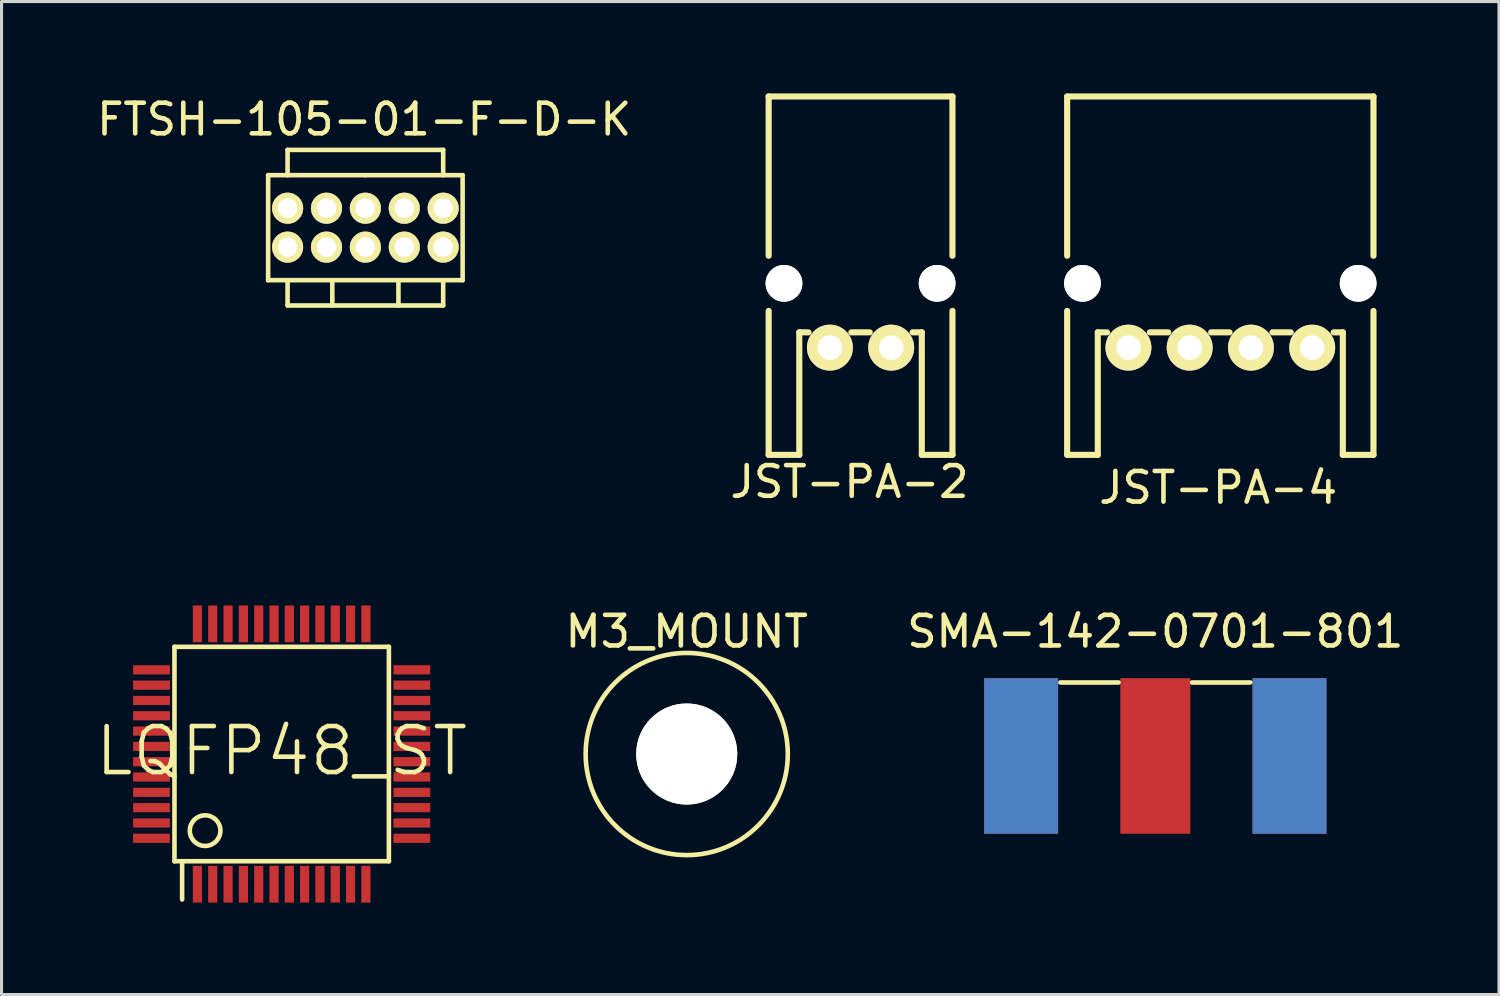
<source format=kicad_pcb>
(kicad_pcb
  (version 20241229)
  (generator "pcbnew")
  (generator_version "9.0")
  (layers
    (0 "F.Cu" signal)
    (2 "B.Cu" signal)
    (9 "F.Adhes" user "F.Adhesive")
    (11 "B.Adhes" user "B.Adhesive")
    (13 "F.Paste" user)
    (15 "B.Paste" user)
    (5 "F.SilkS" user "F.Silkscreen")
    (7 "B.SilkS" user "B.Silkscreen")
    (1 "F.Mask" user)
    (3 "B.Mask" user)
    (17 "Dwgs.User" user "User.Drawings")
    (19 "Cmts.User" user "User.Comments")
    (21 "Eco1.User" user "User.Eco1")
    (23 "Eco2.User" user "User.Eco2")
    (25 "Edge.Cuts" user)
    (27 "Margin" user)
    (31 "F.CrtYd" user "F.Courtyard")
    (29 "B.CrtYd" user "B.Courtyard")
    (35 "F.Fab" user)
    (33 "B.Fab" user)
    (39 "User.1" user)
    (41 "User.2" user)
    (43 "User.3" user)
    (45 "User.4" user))
  (footprint "FTSH-105-01-F-D-K"
    (layer "F.Cu")
    (at 6.339 3.748)
    (property "Reference" "FTSH-105-01-F-D-K" (at 2.5 -2.9 0) (layer "F.SilkS") (effects (font (size 1 1) (thickness 0.15))))
    (attr through_hole)
    (fp_line (start -0.635 -1.079) (end 2.54 -1.079) (stroke (width 0.15) (type solid)) (layer "F.SilkS"))
    (fp_line (start -0.635 2.349) (end -0.635 -1.079) (stroke (width 0.15) (type solid)) (layer "F.SilkS"))
    (fp_line (start 0 -1.905) (end 5.08 -1.905) (stroke (width 0.15) (type solid)) (layer "F.SilkS"))
    (fp_line (start 0 -1.079) (end 0 -1.905) (stroke (width 0.15) (type solid)) (layer "F.SilkS"))
    (fp_line (start 0 2.349) (end 0 3.175) (stroke (width 0.15) (type solid)) (layer "F.SilkS"))
    (fp_line (start 0 3.175) (end 5.08 3.175) (stroke (width 0.15) (type solid)) (layer "F.SilkS"))
    (fp_line (start 1.46 3.175) (end 1.46 2.349) (stroke (width 0.15) (type solid)) (layer "F.SilkS"))
    (fp_line (start 2.54 -1.079) (end 5.715 -1.079) (stroke (width 0.15) (type solid)) (layer "F.SilkS"))
    (fp_line (start 3.619 3.175) (end 3.619 2.349) (stroke (width 0.15) (type solid)) (layer "F.SilkS"))
    (fp_line (start 5.08 -1.905) (end 5.08 -1.079) (stroke (width 0.15) (type solid)) (layer "F.SilkS"))
    (fp_line (start 5.08 2.349) (end 5.08 3.175) (stroke (width 0.15) (type solid)) (layer "F.SilkS"))
    (fp_line (start 5.715 -1.079) (end 5.715 2.349) (stroke (width 0.15) (type solid)) (layer "F.SilkS"))
    (fp_line (start 5.715 2.349) (end -0.635 2.349) (stroke (width 0.15) (type solid)) (layer "F.SilkS"))
    (pad "1" thru_hole circle (at 0 1.27) (size 1.016 1.016) (drill 0.635) (layers "*.Cu" "*.Mask" "F.SilkS"))
    (pad "2" thru_hole circle (at 0 0) (size 1.016 1.016) (drill 0.635) (layers "*.Cu" "*.Mask" "F.SilkS"))
    (pad "3" thru_hole circle (at 1.27 1.27) (size 1.016 1.016) (drill 0.635) (layers "*.Cu" "*.Mask" "F.SilkS"))
    (pad "4" thru_hole circle (at 1.27 0) (size 1.016 1.016) (drill 0.635) (layers "*.Cu" "*.Mask" "F.SilkS"))
    (pad "5" thru_hole circle (at 2.54 1.27) (size 1.016 1.016) (drill 0.635) (layers "*.Cu" "*.Mask" "F.SilkS"))
    (pad "6" thru_hole circle (at 2.54 0) (size 1.016 1.016) (drill 0.635) (layers "*.Cu" "*.Mask" "F.SilkS"))
    (pad "7" thru_hole circle (at 3.81 1.27) (size 1.016 1.016) (drill 0.635) (layers "*.Cu" "*.Mask" "F.SilkS"))
    (pad "8" thru_hole circle (at 3.81 0) (size 1.016 1.016) (drill 0.635) (layers "*.Cu" "*.Mask" "F.SilkS"))
    (pad "9" thru_hole circle (at 5.08 1.27) (size 1.016 1.016) (drill 0.635) (layers "*.Cu" "*.Mask" "F.SilkS"))
    (pad "10" thru_hole circle (at 5.08 0) (size 1.016 1.016) (drill 0.635) (layers "*.Cu" "*.Mask" "F.SilkS")))
  (footprint "JST-PA-2"
    (layer "F.Cu")
    (at 24.045 8.3)
    (property "Reference" "JST-PA-2" (at 0.64 4.38 0) (layer "F.SilkS") (effects (font (size 1 1) (thickness 0.15))))
    (attr through_hole)
    (fp_line (start -2 -8.2) (end -2 -3) (stroke (width 0.2) (type solid)) (layer "F.SilkS"))
    (fp_line (start -2 -1.2) (end -2 3.5) (stroke (width 0.2) (type solid)) (layer "F.SilkS"))
    (fp_line (start -2 3.5) (end -1 3.5) (stroke (width 0.2) (type solid)) (layer "F.SilkS"))
    (fp_line (start -1 -0.5) (end -0.7 -0.5) (stroke (width 0.2) (type solid)) (layer "F.SilkS"))
    (fp_line (start -1 3.5) (end -1 -0.5) (stroke (width 0.2) (type solid)) (layer "F.SilkS"))
    (fp_line (start 0.7 -0.5) (end 1.3 -0.5) (stroke (width 0.2) (type solid)) (layer "F.SilkS"))
    (fp_line (start 3 -0.5) (end 2.7 -0.5) (stroke (width 0.2) (type solid)) (layer "F.SilkS"))
    (fp_line (start 3 3.5) (end 3 -0.5) (stroke (width 0.2) (type solid)) (layer "F.SilkS"))
    (fp_line (start 4 -8.2) (end -2 -8.2) (stroke (width 0.2) (type solid)) (layer "F.SilkS"))
    (fp_line (start 4 -3) (end 4 -8.2) (stroke (width 0.2) (type solid)) (layer "F.SilkS"))
    (fp_line (start 4 3.5) (end 3 3.5) (stroke (width 0.2) (type solid)) (layer "F.SilkS"))
    (fp_line (start 4 3.5) (end 4 -1.2) (stroke (width 0.2) (type solid)) (layer "F.SilkS"))
    (pad "" np_thru_hole circle (at -1.5 -2.1) (size 1.2 1.2) (drill 1.2) (layers "*.Cu" "*.Mask" "F.SilkS"))
    (pad "" np_thru_hole circle (at 3.5 -2.1) (size 1.2 1.2) (drill 1.2) (layers "*.Cu" "*.Mask" "F.SilkS"))
    (pad "1" thru_hole circle (at 0 0) (size 1.5 1.5) (drill 0.8) (layers "*.Cu" "*.Mask" "F.SilkS"))
    (pad "2" thru_hole circle (at 2 0) (size 1.5 1.5) (drill 0.8) (layers "*.Cu" "*.Mask" "F.SilkS")))
  (footprint "JST-PA-4"
    (layer "F.Cu")
    (at 33.79 8.3)
    (property "Reference" "JST-PA-4" (at 2.93 4.57 0) (layer "F.SilkS") (effects (font (size 1 1) (thickness 0.15))))
    (attr through_hole)
    (fp_line (start -2 -8.2) (end -2 -3) (stroke (width 0.2) (type solid)) (layer "F.SilkS"))
    (fp_line (start -2 -1.2) (end -2 3.5) (stroke (width 0.2) (type solid)) (layer "F.SilkS"))
    (fp_line (start -2 3.5) (end -1 3.5) (stroke (width 0.2) (type solid)) (layer "F.SilkS"))
    (fp_line (start -1 -0.5) (end -0.7 -0.5) (stroke (width 0.2) (type solid)) (layer "F.SilkS"))
    (fp_line (start -1 3.5) (end -1 -0.5) (stroke (width 0.2) (type solid)) (layer "F.SilkS"))
    (fp_line (start 1.3 -0.5) (end 0.7 -0.5) (stroke (width 0.2) (type solid)) (layer "F.SilkS"))
    (fp_line (start 3.3 -0.5) (end 2.7 -0.5) (stroke (width 0.2) (type solid)) (layer "F.SilkS"))
    (fp_line (start 5.3 -0.5) (end 4.7 -0.5) (stroke (width 0.2) (type solid)) (layer "F.SilkS"))
    (fp_line (start 7 -0.5) (end 6.7 -0.5) (stroke (width 0.2) (type solid)) (layer "F.SilkS"))
    (fp_line (start 7 3.5) (end 7 -0.5) (stroke (width 0.2) (type solid)) (layer "F.SilkS"))
    (fp_line (start 8 -8.2) (end -2 -8.2) (stroke (width 0.2) (type solid)) (layer "F.SilkS"))
    (fp_line (start 8 -3) (end 8 -8.2) (stroke (width 0.2) (type solid)) (layer "F.SilkS"))
    (fp_line (start 8 3.5) (end 7 3.5) (stroke (width 0.2) (type solid)) (layer "F.SilkS"))
    (fp_line (start 8 3.5) (end 8 -1.2) (stroke (width 0.2) (type solid)) (layer "F.SilkS"))
    (pad "" np_thru_hole circle (at -1.5 -2.1) (size 1.2 1.2) (drill 1.2) (layers "*.Cu" "*.Mask" "F.SilkS"))
    (pad "" np_thru_hole circle (at 7.5 -2.1) (size 1.2 1.2) (drill 1.2) (layers "*.Cu" "*.Mask" "F.SilkS"))
    (pad "1" thru_hole circle (at 0 0) (size 1.5 1.5) (drill 0.8) (layers "*.Cu" "*.Mask" "F.SilkS"))
    (pad "2" thru_hole circle (at 2 0) (size 1.5 1.5) (drill 0.8) (layers "*.Cu" "*.Mask" "F.SilkS"))
    (pad "3" thru_hole circle (at 4 0) (size 1.5 1.5) (drill 0.8) (layers "*.Cu" "*.Mask" "F.SilkS"))
    (pad "4" thru_hole circle (at 6 0) (size 1.5 1.5) (drill 0.8) (layers "*.Cu" "*.Mask" "F.SilkS")))
  (footprint "LQFP48_ST"
    (layer "F.Cu")
    (at 6.146 21.568)
    (property "Reference" "LQFP48_ST" (at 0 -0.1 0) (layer "F.SilkS") (effects (font (size 1.5 1.5) (thickness 0.15))))
    (attr through_hole)
    (fp_line (start -3.5 -3.5) (end 3.5 -3.5) (stroke (width 0.15) (type solid)) (layer "F.SilkS"))
    (fp_line (start -3.5 3.5) (end -3.5 -3.5) (stroke (width 0.15) (type solid)) (layer "F.SilkS"))
    (fp_line (start -3.25 3.5) (end -3.25 4.75) (stroke (width 0.15) (type solid)) (layer "F.SilkS"))
    (fp_line (start 3.5 -3.5) (end 3.5 3.5) (stroke (width 0.15) (type solid)) (layer "F.SilkS"))
    (fp_line (start 3.5 3.5) (end -3.5 3.5) (stroke (width 0.15) (type solid)) (layer "F.SilkS"))
    (fp_circle (center -2.5 2.5) (end -2.5 3) (stroke (width 0.15) (type solid)) (fill no) (layer "F.SilkS"))
    (pad "1" smd rect (at -2.75 4.25) (size 0.3 1.2) (layers "F.Cu" "F.Mask" "F.Paste"))
    (pad "2" smd rect (at -2.25 4.25) (size 0.3 1.2) (layers "F.Cu" "F.Mask" "F.Paste"))
    (pad "3" smd rect (at -1.75 4.25) (size 0.3 1.2) (layers "F.Cu" "F.Mask" "F.Paste"))
    (pad "4" smd rect (at -1.25 4.25) (size 0.3 1.2) (layers "F.Cu" "F.Mask" "F.Paste"))
    (pad "5" smd rect (at -0.75 4.25) (size 0.3 1.2) (layers "F.Cu" "F.Mask" "F.Paste"))
    (pad "6" smd rect (at -0.25 4.25) (size 0.3 1.2) (layers "F.Cu" "F.Mask" "F.Paste"))
    (pad "7" smd rect (at 0.25 4.25) (size 0.3 1.2) (layers "F.Cu" "F.Mask" "F.Paste"))
    (pad "8" smd rect (at 0.75 4.25) (size 0.3 1.2) (layers "F.Cu" "F.Mask" "F.Paste"))
    (pad "9" smd rect (at 1.25 4.25) (size 0.3 1.2) (layers "F.Cu" "F.Mask" "F.Paste"))
    (pad "10" smd rect (at 1.75 4.25) (size 0.3 1.2) (layers "F.Cu" "F.Mask" "F.Paste"))
    (pad "11" smd rect (at 2.25 4.25) (size 0.3 1.2) (layers "F.Cu" "F.Mask" "F.Paste"))
    (pad "12" smd rect (at 2.75 4.25) (size 0.3 1.2) (layers "F.Cu" "F.Mask" "F.Paste"))
    (pad "13" smd rect (at 4.25 2.75) (size 1.2 0.3) (layers "F.Cu" "F.Mask" "F.Paste"))
    (pad "14" smd rect (at 4.25 2.25) (size 1.2 0.3) (layers "F.Cu" "F.Mask" "F.Paste"))
    (pad "15" smd rect (at 4.25 1.75) (size 1.2 0.3) (layers "F.Cu" "F.Mask" "F.Paste"))
    (pad "16" smd rect (at 4.25 1.25) (size 1.2 0.3) (layers "F.Cu" "F.Mask" "F.Paste"))
    (pad "17" smd rect (at 4.25 0.75) (size 1.2 0.3) (layers "F.Cu" "F.Mask" "F.Paste"))
    (pad "18" smd rect (at 4.25 0.25) (size 1.2 0.3) (layers "F.Cu" "F.Mask" "F.Paste"))
    (pad "19" smd rect (at 4.25 -0.25) (size 1.2 0.3) (layers "F.Cu" "F.Mask" "F.Paste"))
    (pad "20" smd rect (at 4.25 -0.75) (size 1.2 0.3) (layers "F.Cu" "F.Mask" "F.Paste"))
    (pad "21" smd rect (at 4.25 -1.25) (size 1.2 0.3) (layers "F.Cu" "F.Mask" "F.Paste"))
    (pad "22" smd rect (at 4.25 -1.75) (size 1.2 0.3) (layers "F.Cu" "F.Mask" "F.Paste"))
    (pad "23" smd rect (at 4.25 -2.25) (size 1.2 0.3) (layers "F.Cu" "F.Mask" "F.Paste"))
    (pad "24" smd rect (at 4.25 -2.75) (size 1.2 0.3) (layers "F.Cu" "F.Mask" "F.Paste"))
    (pad "25" smd rect (at 2.75 -4.25) (size 0.3 1.2) (layers "F.Cu" "F.Mask" "F.Paste"))
    (pad "26" smd rect (at 2.25 -4.25) (size 0.3 1.2) (layers "F.Cu" "F.Mask" "F.Paste"))
    (pad "27" smd rect (at 1.75 -4.25) (size 0.3 1.2) (layers "F.Cu" "F.Mask" "F.Paste"))
    (pad "28" smd rect (at 1.25 -4.25) (size 0.3 1.2) (layers "F.Cu" "F.Mask" "F.Paste"))
    (pad "29" smd rect (at 0.75 -4.25) (size 0.3 1.2) (layers "F.Cu" "F.Mask" "F.Paste"))
    (pad "30" smd rect (at 0.25 -4.25) (size 0.3 1.2) (layers "F.Cu" "F.Mask" "F.Paste"))
    (pad "31" smd rect (at -0.25 -4.25) (size 0.3 1.2) (layers "F.Cu" "F.Mask" "F.Paste"))
    (pad "32" smd rect (at -0.75 -4.25) (size 0.3 1.2) (layers "F.Cu" "F.Mask" "F.Paste"))
    (pad "33" smd rect (at -1.25 -4.25) (size 0.3 1.2) (layers "F.Cu" "F.Mask" "F.Paste"))
    (pad "34" smd rect (at -1.75 -4.25) (size 0.3 1.2) (layers "F.Cu" "F.Mask" "F.Paste"))
    (pad "35" smd rect (at -2.25 -4.25) (size 0.3 1.2) (layers "F.Cu" "F.Mask" "F.Paste"))
    (pad "36" smd rect (at -2.75 -4.25) (size 0.3 1.2) (layers "F.Cu" "F.Mask" "F.Paste"))
    (pad "37" smd rect (at -4.25 -2.75) (size 1.2 0.3) (layers "F.Cu" "F.Mask" "F.Paste"))
    (pad "38" smd rect (at -4.25 -2.25) (size 1.2 0.3) (layers "F.Cu" "F.Mask" "F.Paste"))
    (pad "39" smd rect (at -4.25 -1.75) (size 1.2 0.3) (layers "F.Cu" "F.Mask" "F.Paste"))
    (pad "40" smd rect (at -4.25 -1.25) (size 1.2 0.3) (layers "F.Cu" "F.Mask" "F.Paste"))
    (pad "41" smd rect (at -4.25 -0.75) (size 1.2 0.3) (layers "F.Cu" "F.Mask" "F.Paste"))
    (pad "42" smd rect (at -4.25 -0.25) (size 1.2 0.3) (layers "F.Cu" "F.Mask" "F.Paste"))
    (pad "43" smd rect (at -4.25 0.25) (size 1.2 0.3) (layers "F.Cu" "F.Mask" "F.Paste"))
    (pad "44" smd rect (at -4.25 0.75) (size 1.2 0.3) (layers "F.Cu" "F.Mask" "F.Paste"))
    (pad "45" smd rect (at -4.25 1.25) (size 1.2 0.3) (layers "F.Cu" "F.Mask" "F.Paste"))
    (pad "46" smd rect (at -4.25 1.75) (size 1.2 0.3) (layers "F.Cu" "F.Mask" "F.Paste"))
    (pad "47" smd rect (at -4.25 2.25) (size 1.2 0.3) (layers "F.Cu" "F.Mask" "F.Paste"))
    (pad "48" smd rect (at -4.25 2.75) (size 1.2 0.3) (layers "F.Cu" "F.Mask" "F.Paste")))
  (footprint "M3_MOUNT"
    (layer "F.Cu")
    (at 19.37 21.567)
    (property "Reference" "M3_MOUNT" (at 0 -4 0) (layer "F.SilkS") (effects (font (size 1 1) (thickness 0.15))))
    (attr through_hole)
    (fp_circle (center 0 0) (end 3.3 0) (stroke (width 0.15) (type solid)) (fill no) (layer "F.SilkS"))
    (pad "" np_thru_hole circle (at 0 0) (size 3.3 3.3) (drill 3.3) (layers "*.Cu" "*.Mask" "F.SilkS" "F.Paste")))
  (footprint "SMA-142-0701-801"
    (layer "F.Cu")
    (at 34.668 21.631)
    (property "Reference" "SMA-142-0701-801" (at 0 -4.064 0) (layer "F.SilkS") (effects (font (size 1 1) (thickness 0.15))))
    (attr through_hole)
    (fp_line (start -3.1 -2.4) (end -1.2 -2.4) (stroke (width 0.15) (type solid)) (layer "F.SilkS"))
    (fp_line (start 1.2 -2.4) (end 3.1 -2.4) (stroke (width 0.15) (type solid)) (layer "F.SilkS"))
    (pad "1" smd rect (at 0 0) (size 2.286 5.08) (layers "F.Cu" "F.Mask"))
    (pad "2" smd rect (at -4.381 0) (size 2.413 5.08) (layers "F.Cu" "F.Mask"))
    (pad "3" smd rect (at 4.381 0) (size 2.413 5.08) (layers "F.Cu" "F.Mask"))
    (pad "4" smd rect (at -4.381 0) (size 2.413 5.08) (layers "B.Cu" "B.Mask"))
    (pad "5" smd rect (at 4.381 0) (size 2.413 5.08) (layers "B.Cu" "B.Mask")))
  (gr_rect
    (start -3 -3)
    (end 45.888 29.418)
    (stroke (width 0.1) (type default))
    (fill no)
    (layer "Edge.Cuts")))
</source>
